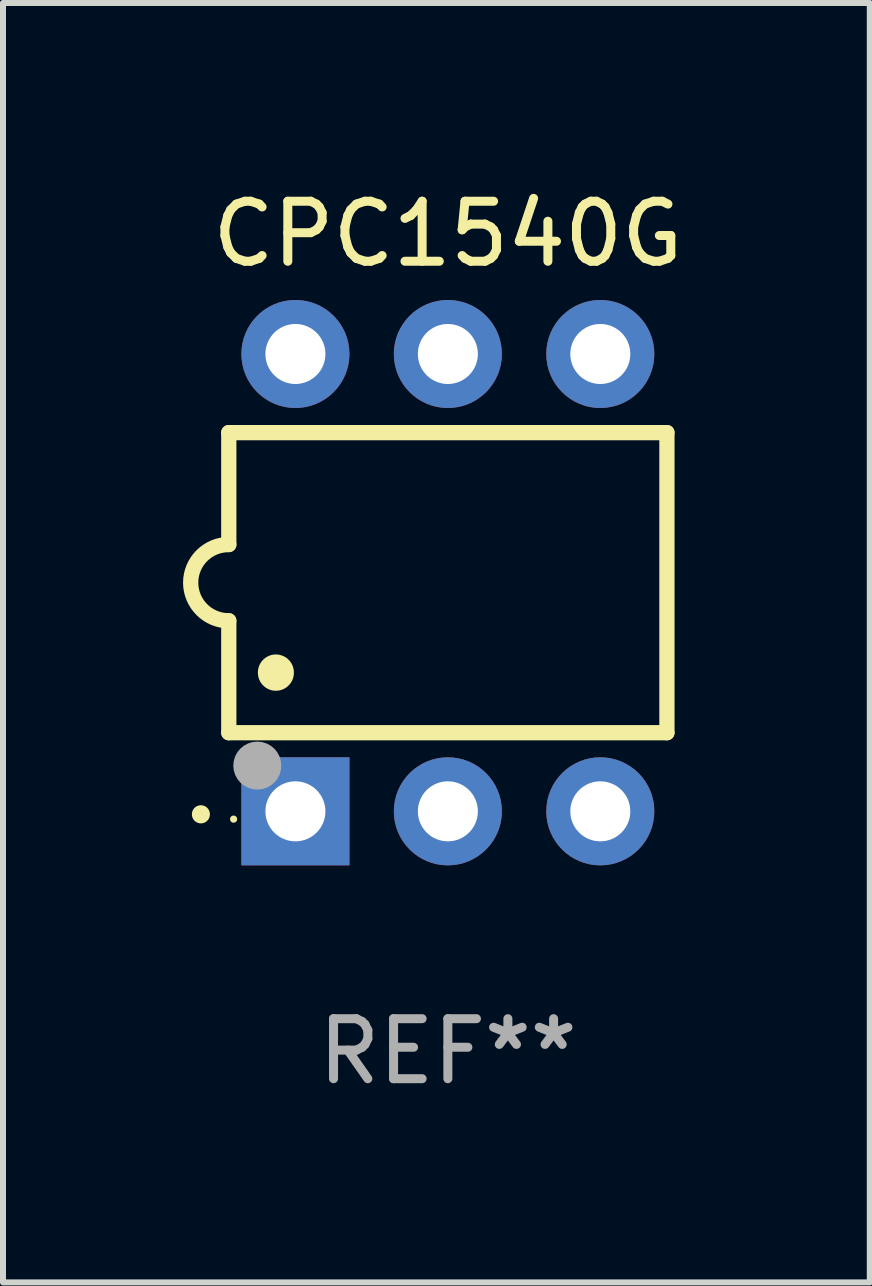
<source format=kicad_pcb>
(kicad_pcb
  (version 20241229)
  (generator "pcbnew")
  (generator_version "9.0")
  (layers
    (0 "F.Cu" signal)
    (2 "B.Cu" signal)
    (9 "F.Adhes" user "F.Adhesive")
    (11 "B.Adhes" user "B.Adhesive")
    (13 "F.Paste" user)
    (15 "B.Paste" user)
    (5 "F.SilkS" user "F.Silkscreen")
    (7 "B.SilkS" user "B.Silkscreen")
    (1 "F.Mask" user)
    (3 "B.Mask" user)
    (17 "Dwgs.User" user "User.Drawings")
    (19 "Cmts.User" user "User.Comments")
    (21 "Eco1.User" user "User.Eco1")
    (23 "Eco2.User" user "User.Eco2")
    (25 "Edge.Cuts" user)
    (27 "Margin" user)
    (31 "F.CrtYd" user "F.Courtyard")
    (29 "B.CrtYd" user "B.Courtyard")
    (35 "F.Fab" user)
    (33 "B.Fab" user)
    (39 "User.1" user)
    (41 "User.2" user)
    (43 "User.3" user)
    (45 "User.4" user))
  (footprint "CPC1540G"
    (layer "F.Cu")
    (at 4.412 6.658)
    (property "Reference" "CPC1540G" (at 0 -5.81 0) (layer "F.SilkS") (effects (font (size 1 1) (thickness 0.15))))
    (attr through_hole)
    (fp_line (start -3.65 -2.5) (end 3.65 -2.5) (stroke (width 0.254) (type solid)) (layer "F.SilkS"))
    (fp_line (start -3.65 -0.635) (end -3.65 -2.5) (stroke (width 0.254) (type solid)) (layer "F.SilkS"))
    (fp_line (start -3.65 0.635) (end -3.65 2.5) (stroke (width 0.254) (type solid)) (layer "F.SilkS"))
    (fp_line (start -3.65 2.5) (end 3.65 2.5) (stroke (width 0.254) (type solid)) (layer "F.SilkS"))
    (fp_line (start 3.65 -2.5) (end 3.65 2.5) (stroke (width 0.254) (type solid)) (layer "F.SilkS"))
    (fp_arc (start -4.114808 3.860808) (mid -4.114813 3.859538) (end -4.114808 3.858268) (stroke (width 0.3) (type solid)) (layer "F.SilkS"))
    (fp_arc (start -3.650013 0.635001) (mid -4.285014 0) (end -3.650013 -0.635001) (stroke (width 0.254001) (type solid)) (layer "F.SilkS"))
    (fp_arc (start -2.865405 1.501143) (mid -2.865416 1.498603) (end -2.865405 1.496063) (stroke (width 0.6) (type solid)) (layer "F.SilkS"))
    (fp_circle (center -3.57 3.94) (end -3.54 3.94) (stroke (width 0.06) (type solid)) (fill no) (layer "F.SilkS"))
    (fp_circle (center -3.175 3.048) (end -2.975 3.048) (stroke (width 0.4) (type solid)) (fill no) (layer "F.Fab"))
    (fp_text user "REF**" (at 0 7.81 0) (layer "F.Fab") (effects (font (size 1 1) (thickness 0.15))))
    (pad "1" thru_hole rect (at -2.54 3.81 90) (size 1.8 1.8) (drill 1) (layers "*.Cu" "*.Mask"))
    (pad "2" thru_hole circle (at 0 3.81) (size 1.8 1.8) (drill 1) (layers "*.Cu" "*.Mask"))
    (pad "3" thru_hole circle (at 2.54 3.81) (size 1.8 1.8) (drill 1) (layers "*.Cu" "*.Mask"))
    (pad "4" thru_hole circle (at 2.54 -3.81) (size 1.8 1.8) (drill 1) (layers "*.Cu" "*.Mask"))
    (pad "5" thru_hole circle (at 0 -3.81) (size 1.8 1.8) (drill 1) (layers "*.Cu" "*.Mask"))
    (pad "6" thru_hole circle (at -2.54 -3.81) (size 1.8 1.8) (drill 1) (layers "*.Cu" "*.Mask")))
  (gr_rect
    (start -3 -3)
    (end 11.442 18.317)
    (stroke (width 0.1) (type default))
    (fill no)
    (layer "Edge.Cuts")))
</source>
